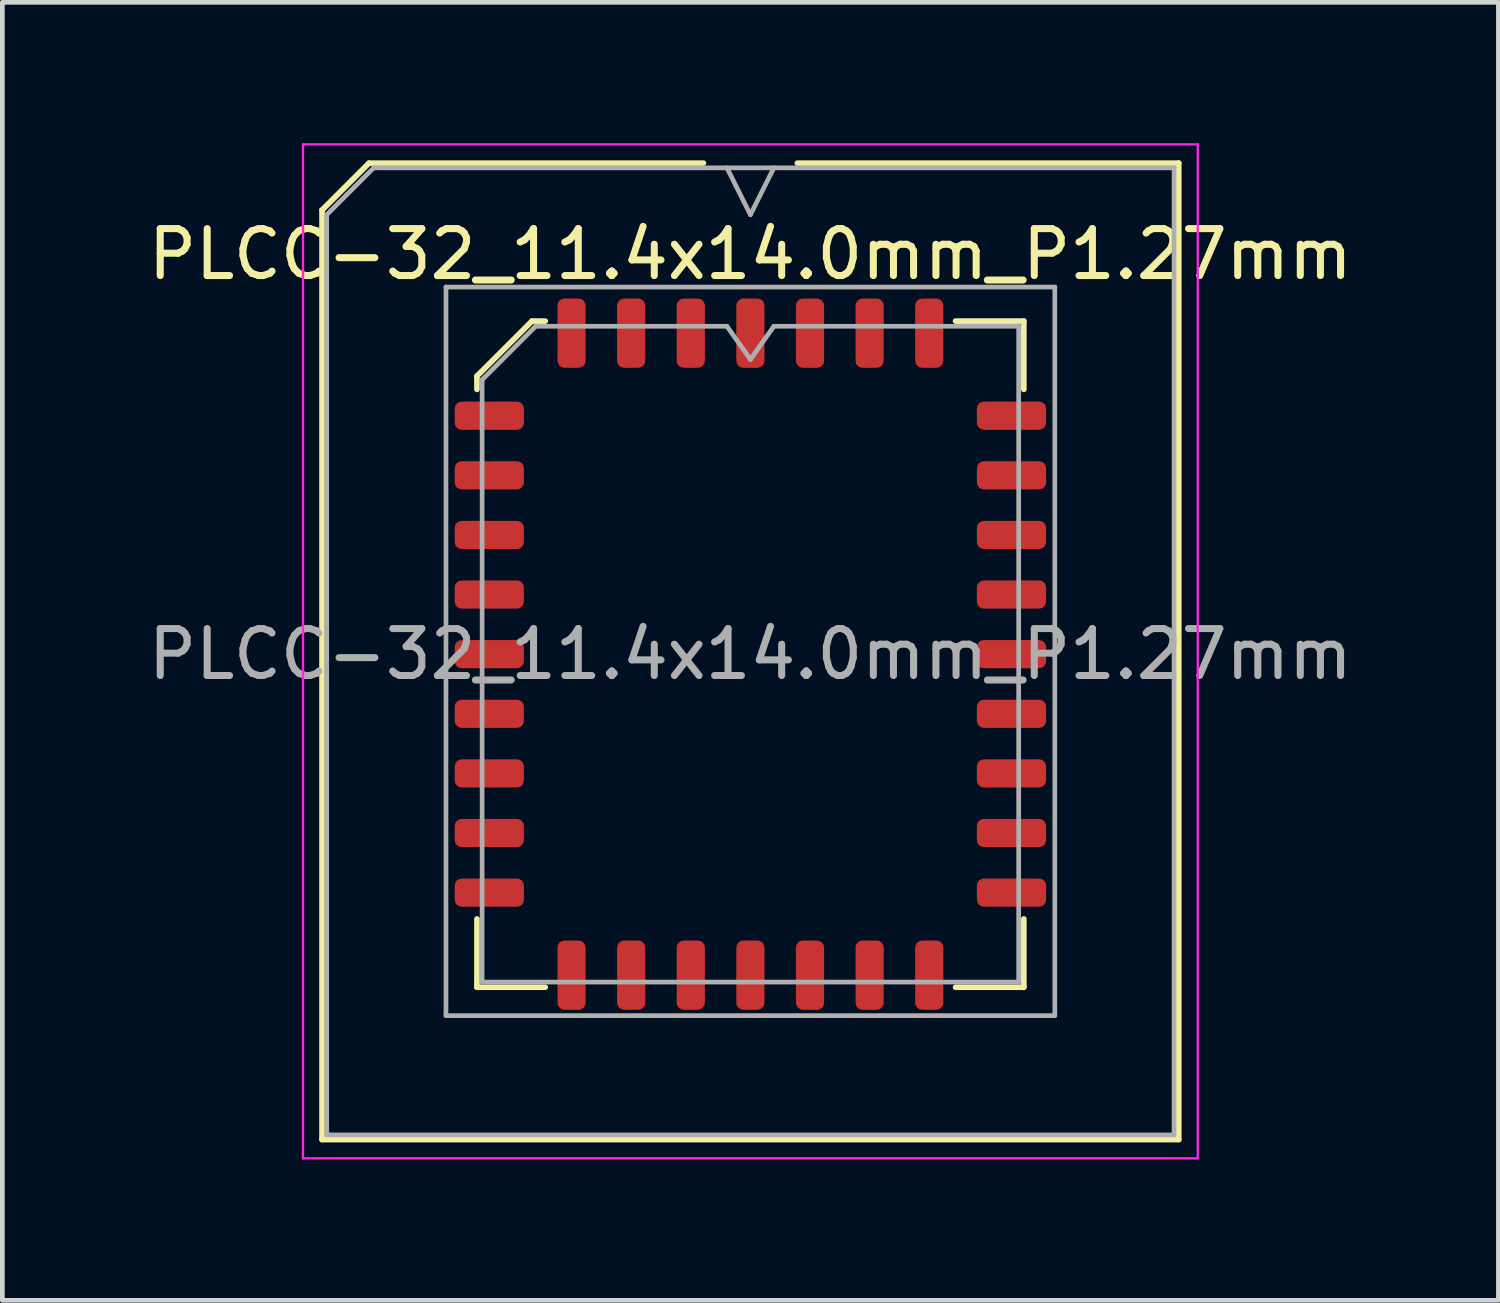
<source format=kicad_pcb>
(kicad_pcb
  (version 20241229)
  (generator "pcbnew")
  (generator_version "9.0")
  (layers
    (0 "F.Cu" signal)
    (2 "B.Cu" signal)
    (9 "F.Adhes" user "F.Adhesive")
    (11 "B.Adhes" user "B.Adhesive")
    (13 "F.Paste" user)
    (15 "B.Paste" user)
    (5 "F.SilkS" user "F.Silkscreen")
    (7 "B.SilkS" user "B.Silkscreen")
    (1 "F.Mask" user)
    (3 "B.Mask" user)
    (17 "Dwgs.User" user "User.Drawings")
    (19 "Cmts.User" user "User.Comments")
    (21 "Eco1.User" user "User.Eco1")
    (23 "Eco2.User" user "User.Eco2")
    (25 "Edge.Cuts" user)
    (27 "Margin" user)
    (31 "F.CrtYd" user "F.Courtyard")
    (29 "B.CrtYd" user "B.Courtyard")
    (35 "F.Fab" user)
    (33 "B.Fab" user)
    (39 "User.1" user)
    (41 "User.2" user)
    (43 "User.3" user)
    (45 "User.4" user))
  (footprint "PLCC-32_11.4x14.0mm_P1.27mm"
    (layer "F.Cu")
    (at 12.935 10.885)
    (property "Reference" "PLCC-32_11.4x14.0mm_P1.27mm" (at 0 -8.52 0) (layer "F.SilkS") (effects (font (size 1 1) (thickness 0.15))))
    (attr smd)
    (fp_line (start -9.125 -9.46) (end -9.125 10.34) (stroke (width 0.12) (type solid)) (layer "F.SilkS"))
    (fp_line (start -9.125 10.34) (end 9.125 10.34) (stroke (width 0.12) (type solid)) (layer "F.SilkS"))
    (fp_line (start -8.125 -10.46) (end -9.125 -9.46) (stroke (width 0.12) (type solid)) (layer "F.SilkS"))
    (fp_line (start -5.825 -5.923) (end -5.825 -5.64) (stroke (width 0.12) (type solid)) (layer "F.SilkS"))
    (fp_line (start -5.825 7.095) (end -5.825 5.64) (stroke (width 0.12) (type solid)) (layer "F.SilkS"))
    (fp_line (start -4.653 -7.095) (end -5.825 -5.923) (stroke (width 0.12) (type solid)) (layer "F.SilkS"))
    (fp_line (start -4.37 -7.095) (end -4.653 -7.095) (stroke (width 0.12) (type solid)) (layer "F.SilkS"))
    (fp_line (start -4.37 7.095) (end -5.825 7.095) (stroke (width 0.12) (type solid)) (layer "F.SilkS"))
    (fp_line (start -1 -10.46) (end -8.125 -10.46) (stroke (width 0.12) (type solid)) (layer "F.SilkS"))
    (fp_line (start 4.37 -7.095) (end 5.825 -7.095) (stroke (width 0.12) (type solid)) (layer "F.SilkS"))
    (fp_line (start 4.37 7.095) (end 5.825 7.095) (stroke (width 0.12) (type solid)) (layer "F.SilkS"))
    (fp_line (start 5.825 -7.095) (end 5.825 -5.64) (stroke (width 0.12) (type solid)) (layer "F.SilkS"))
    (fp_line (start 5.825 7.095) (end 5.825 5.64) (stroke (width 0.12) (type solid)) (layer "F.SilkS"))
    (fp_line (start 9.125 -10.46) (end 1 -10.46) (stroke (width 0.12) (type solid)) (layer "F.SilkS"))
    (fp_line (start 9.125 10.34) (end 9.125 -10.46) (stroke (width 0.12) (type solid)) (layer "F.SilkS"))
    (fp_line (start -9.53 -10.86) (end -9.53 10.74) (stroke (width 0.05) (type solid)) (layer "F.CrtYd"))
    (fp_line (start -9.53 10.74) (end 9.53 10.74) (stroke (width 0.05) (type solid)) (layer "F.CrtYd"))
    (fp_line (start 9.53 -10.86) (end -9.53 -10.86) (stroke (width 0.05) (type solid)) (layer "F.CrtYd"))
    (fp_line (start 9.53 10.74) (end 9.53 -10.86) (stroke (width 0.05) (type solid)) (layer "F.CrtYd"))
    (fp_line (start -9.025 -9.36) (end -9.025 10.24) (stroke (width 0.1) (type solid)) (layer "F.Fab"))
    (fp_line (start -9.025 10.24) (end 9.025 10.24) (stroke (width 0.1) (type solid)) (layer "F.Fab"))
    (fp_line (start -8.025 -10.36) (end -9.025 -9.36) (stroke (width 0.1) (type solid)) (layer "F.Fab"))
    (fp_line (start -6.485 -7.82) (end -6.485 7.7) (stroke (width 0.1) (type solid)) (layer "F.Fab"))
    (fp_line (start -6.485 7.7) (end 6.485 7.7) (stroke (width 0.1) (type solid)) (layer "F.Fab"))
    (fp_line (start -5.715 -5.845) (end -4.575 -6.985) (stroke (width 0.1) (type solid)) (layer "F.Fab"))
    (fp_line (start -5.715 6.985) (end -5.715 -5.845) (stroke (width 0.1) (type solid)) (layer "F.Fab"))
    (fp_line (start -4.575 -6.985) (end -0.5 -6.985) (stroke (width 0.1) (type solid)) (layer "F.Fab"))
    (fp_line (start -0.5 -10.36) (end 0 -9.36) (stroke (width 0.1) (type solid)) (layer "F.Fab"))
    (fp_line (start -0.5 -6.985) (end 0 -6.278) (stroke (width 0.1) (type solid)) (layer "F.Fab"))
    (fp_line (start 0 -9.36) (end 0.5 -10.36) (stroke (width 0.1) (type solid)) (layer "F.Fab"))
    (fp_line (start 0 -6.278) (end 0.5 -6.985) (stroke (width 0.1) (type solid)) (layer "F.Fab"))
    (fp_line (start 0.5 -6.985) (end 5.715 -6.985) (stroke (width 0.1) (type solid)) (layer "F.Fab"))
    (fp_line (start 5.715 -6.985) (end 5.715 6.985) (stroke (width 0.1) (type solid)) (layer "F.Fab"))
    (fp_line (start 5.715 6.985) (end -5.715 6.985) (stroke (width 0.1) (type solid)) (layer "F.Fab"))
    (fp_line (start 6.485 -7.82) (end -6.485 -7.82) (stroke (width 0.1) (type solid)) (layer "F.Fab"))
    (fp_line (start 6.485 7.7) (end 6.485 -7.82) (stroke (width 0.1) (type solid)) (layer "F.Fab"))
    (fp_line (start 9.025 -10.36) (end -8.025 -10.36) (stroke (width 0.1) (type solid)) (layer "F.Fab"))
    (fp_line (start 9.025 10.24) (end 9.025 -10.36) (stroke (width 0.1) (type solid)) (layer "F.Fab"))
    (fp_text user "${REFERENCE}" (at 0 0 0) (layer "F.Fab") (effects (font (size 1 1) (thickness 0.15))))
    (pad "1" smd roundrect (at 0 -6.838) (size 0.6 1.475) (layers "F.Cu" "F.Mask" "F.Paste") (roundrect_rratio 0.25))
    (pad "2" smd roundrect (at -1.27 -6.838) (size 0.6 1.475) (layers "F.Cu" "F.Mask" "F.Paste") (roundrect_rratio 0.25))
    (pad "3" smd roundrect (at -2.54 -6.838) (size 0.6 1.475) (layers "F.Cu" "F.Mask" "F.Paste") (roundrect_rratio 0.25))
    (pad "4" smd roundrect (at -3.81 -6.838) (size 0.6 1.475) (layers "F.Cu" "F.Mask" "F.Paste") (roundrect_rratio 0.25))
    (pad "5" smd roundrect (at -5.562 -5.08) (size 1.475 0.6) (layers "F.Cu" "F.Mask" "F.Paste") (roundrect_rratio 0.25))
    (pad "6" smd roundrect (at -5.562 -3.81) (size 1.475 0.6) (layers "F.Cu" "F.Mask" "F.Paste") (roundrect_rratio 0.25))
    (pad "7" smd roundrect (at -5.562 -2.54) (size 1.475 0.6) (layers "F.Cu" "F.Mask" "F.Paste") (roundrect_rratio 0.25))
    (pad "8" smd roundrect (at -5.562 -1.27) (size 1.475 0.6) (layers "F.Cu" "F.Mask" "F.Paste") (roundrect_rratio 0.25))
    (pad "9" smd roundrect (at -5.562 0) (size 1.475 0.6) (layers "F.Cu" "F.Mask" "F.Paste") (roundrect_rratio 0.25))
    (pad "10" smd roundrect (at -5.562 1.27) (size 1.475 0.6) (layers "F.Cu" "F.Mask" "F.Paste") (roundrect_rratio 0.25))
    (pad "11" smd roundrect (at -5.562 2.54) (size 1.475 0.6) (layers "F.Cu" "F.Mask" "F.Paste") (roundrect_rratio 0.25))
    (pad "12" smd roundrect (at -5.562 3.81) (size 1.475 0.6) (layers "F.Cu" "F.Mask" "F.Paste") (roundrect_rratio 0.25))
    (pad "13" smd roundrect (at -5.562 5.08) (size 1.475 0.6) (layers "F.Cu" "F.Mask" "F.Paste") (roundrect_rratio 0.25))
    (pad "14" smd roundrect (at -3.81 6.838) (size 0.6 1.475) (layers "F.Cu" "F.Mask" "F.Paste") (roundrect_rratio 0.25))
    (pad "15" smd roundrect (at -2.54 6.838) (size 0.6 1.475) (layers "F.Cu" "F.Mask" "F.Paste") (roundrect_rratio 0.25))
    (pad "16" smd roundrect (at -1.27 6.838) (size 0.6 1.475) (layers "F.Cu" "F.Mask" "F.Paste") (roundrect_rratio 0.25))
    (pad "17" smd roundrect (at 0 6.838) (size 0.6 1.475) (layers "F.Cu" "F.Mask" "F.Paste") (roundrect_rratio 0.25))
    (pad "18" smd roundrect (at 1.27 6.838) (size 0.6 1.475) (layers "F.Cu" "F.Mask" "F.Paste") (roundrect_rratio 0.25))
    (pad "19" smd roundrect (at 2.54 6.838) (size 0.6 1.475) (layers "F.Cu" "F.Mask" "F.Paste") (roundrect_rratio 0.25))
    (pad "20" smd roundrect (at 3.81 6.838) (size 0.6 1.475) (layers "F.Cu" "F.Mask" "F.Paste") (roundrect_rratio 0.25))
    (pad "21" smd roundrect (at 5.562 5.08) (size 1.475 0.6) (layers "F.Cu" "F.Mask" "F.Paste") (roundrect_rratio 0.25))
    (pad "22" smd roundrect (at 5.562 3.81) (size 1.475 0.6) (layers "F.Cu" "F.Mask" "F.Paste") (roundrect_rratio 0.25))
    (pad "23" smd roundrect (at 5.562 2.54) (size 1.475 0.6) (layers "F.Cu" "F.Mask" "F.Paste") (roundrect_rratio 0.25))
    (pad "24" smd roundrect (at 5.562 1.27) (size 1.475 0.6) (layers "F.Cu" "F.Mask" "F.Paste") (roundrect_rratio 0.25))
    (pad "25" smd roundrect (at 5.562 0) (size 1.475 0.6) (layers "F.Cu" "F.Mask" "F.Paste") (roundrect_rratio 0.25))
    (pad "26" smd roundrect (at 5.562 -1.27) (size 1.475 0.6) (layers "F.Cu" "F.Mask" "F.Paste") (roundrect_rratio 0.25))
    (pad "27" smd roundrect (at 5.562 -2.54) (size 1.475 0.6) (layers "F.Cu" "F.Mask" "F.Paste") (roundrect_rratio 0.25))
    (pad "28" smd roundrect (at 5.562 -3.81) (size 1.475 0.6) (layers "F.Cu" "F.Mask" "F.Paste") (roundrect_rratio 0.25))
    (pad "29" smd roundrect (at 5.562 -5.08) (size 1.475 0.6) (layers "F.Cu" "F.Mask" "F.Paste") (roundrect_rratio 0.25))
    (pad "30" smd roundrect (at 3.81 -6.838) (size 0.6 1.475) (layers "F.Cu" "F.Mask" "F.Paste") (roundrect_rratio 0.25))
    (pad "31" smd roundrect (at 2.54 -6.838) (size 0.6 1.475) (layers "F.Cu" "F.Mask" "F.Paste") (roundrect_rratio 0.25))
    (pad "32" smd roundrect (at 1.27 -6.838) (size 0.6 1.475) (layers "F.Cu" "F.Mask" "F.Paste") (roundrect_rratio 0.25)))
  (gr_rect
    (start -3 -3)
    (end 28.869 24.65)
    (stroke (width 0.1) (type default))
    (fill no)
    (layer "Edge.Cuts")))
</source>
